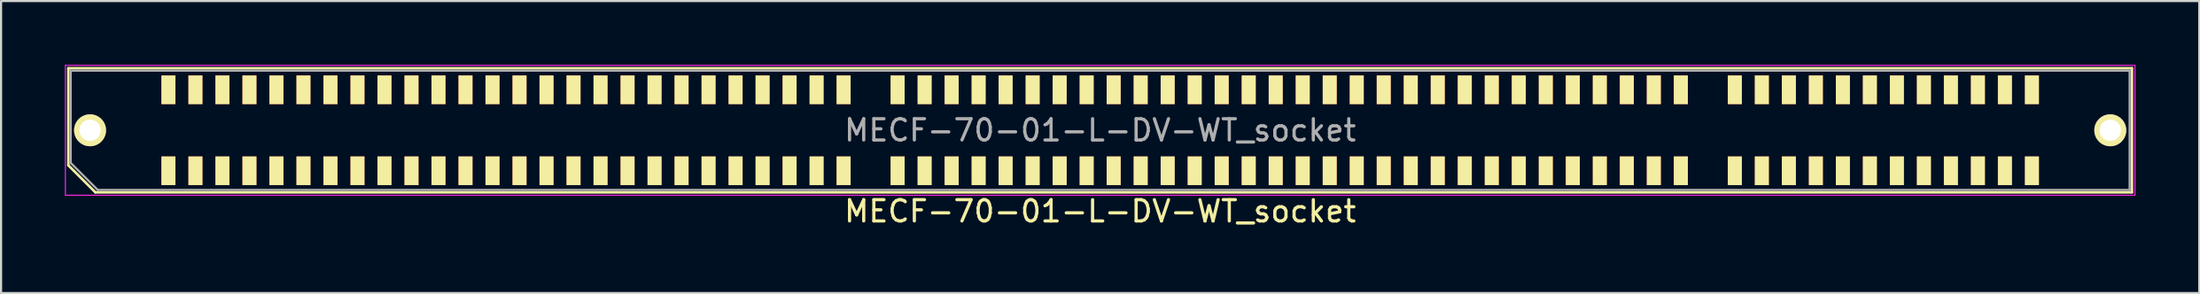
<source format=kicad_pcb>
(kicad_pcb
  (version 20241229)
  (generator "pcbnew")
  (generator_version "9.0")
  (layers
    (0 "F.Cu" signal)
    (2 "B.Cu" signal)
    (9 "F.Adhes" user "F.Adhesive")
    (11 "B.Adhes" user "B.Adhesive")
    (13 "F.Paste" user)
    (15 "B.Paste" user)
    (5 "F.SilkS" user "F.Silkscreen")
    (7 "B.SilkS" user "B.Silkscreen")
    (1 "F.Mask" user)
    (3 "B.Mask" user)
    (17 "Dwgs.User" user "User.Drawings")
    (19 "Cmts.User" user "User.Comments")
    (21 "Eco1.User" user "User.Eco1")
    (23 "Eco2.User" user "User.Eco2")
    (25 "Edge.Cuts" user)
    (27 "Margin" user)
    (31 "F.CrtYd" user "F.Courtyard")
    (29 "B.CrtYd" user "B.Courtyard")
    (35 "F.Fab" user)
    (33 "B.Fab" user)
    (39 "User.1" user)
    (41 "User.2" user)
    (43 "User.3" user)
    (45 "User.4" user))
  (footprint "MECF-70-01-L-DV-WT_socket"
    (layer "F.Cu")
    (at 48.685 3.08)
    (property "Reference" "MECF-70-01-L-DV-WT_socket" (at 0 3.81 0) (layer "F.SilkS") (effects (font (size 1 1) (thickness 0.15))))
    (attr smd)
    (fp_line (start -48.52 -2.92) (end 48.52 -2.92) (stroke (width 0.12) (type solid)) (layer "F.SilkS"))
    (fp_line (start -48.52 1.65) (end -48.52 -2.92) (stroke (width 0.12) (type solid)) (layer "F.SilkS"))
    (fp_line (start -47.25 2.92) (end -48.52 1.65) (stroke (width 0.12) (type solid)) (layer "F.SilkS"))
    (fp_line (start -47.25 2.92) (end 48.52 2.92) (stroke (width 0.12) (type solid)) (layer "F.SilkS"))
    (fp_line (start 48.52 2.92) (end 48.52 -2.92) (stroke (width 0.12) (type solid)) (layer "F.SilkS"))
    (fp_line (start -48.66 -3.055) (end -48.66 3.055) (stroke (width 0.05) (type solid)) (layer "F.CrtYd"))
    (fp_line (start -48.66 3.055) (end 48.66 3.055) (stroke (width 0.05) (type solid)) (layer "F.CrtYd"))
    (fp_line (start 48.66 -3.055) (end -48.66 -3.055) (stroke (width 0.05) (type solid)) (layer "F.CrtYd"))
    (fp_line (start 48.66 3.055) (end 48.66 -3.055) (stroke (width 0.05) (type solid)) (layer "F.CrtYd"))
    (fp_line (start -48.41 -2.805) (end 48.41 -2.805) (stroke (width 0.1) (type solid)) (layer "F.Fab"))
    (fp_line (start -48.41 1.535) (end -48.41 -2.805) (stroke (width 0.1) (type solid)) (layer "F.Fab"))
    (fp_line (start -48.41 1.535) (end -47.14 2.805) (stroke (width 0.1) (type solid)) (layer "F.Fab"))
    (fp_line (start -47.14 2.805) (end 48.41 2.805) (stroke (width 0.1) (type solid)) (layer "F.Fab"))
    (fp_line (start 48.41 2.805) (end 48.41 -2.805) (stroke (width 0.1) (type solid)) (layer "F.Fab"))
    (fp_text user "${REFERENCE}" (at 0 0 0) (layer "F.Fab") (effects (font (size 1 1) (thickness 0.15))))
    (pad "" np_thru_hole circle (at -45.595 0) (size 0.001 0.001) (drill 1.45) (layers "*.Cu" "*.Mask" "F.SilkS"))
    (pad "" np_thru_hole circle (at 45.595 1) (size 0.001 0.001) (drill 1.45) (layers "*.Cu" "*.Mask" "F.SilkS"))
    (pad "1" smd rect (at -43.815 1.905) (size 0.66 1.35) (layers "F.Cu" "F.Mask" "F.SilkS"))
    (pad "2" smd rect (at -43.815 -1.905) (size 0.66 1.35) (layers "F.Cu" "F.Mask" "F.SilkS"))
    (pad "3" smd rect (at -42.545 1.905) (size 0.66 1.35) (layers "F.Cu" "F.Mask" "F.SilkS"))
    (pad "4" smd rect (at -42.545 -1.905) (size 0.66 1.35) (layers "F.Cu" "F.Mask" "F.SilkS"))
    (pad "5" smd rect (at -41.275 1.905) (size 0.66 1.35) (layers "F.Cu" "F.Mask" "F.SilkS"))
    (pad "6" smd rect (at -41.275 -1.905) (size 0.66 1.35) (layers "F.Cu" "F.Mask" "F.SilkS"))
    (pad "7" smd rect (at -40.005 1.905) (size 0.66 1.35) (layers "F.Cu" "F.Mask" "F.SilkS"))
    (pad "8" smd rect (at -40.005 -1.905) (size 0.66 1.35) (layers "F.Cu" "F.Mask" "F.SilkS"))
    (pad "9" smd rect (at -38.735 1.905) (size 0.66 1.35) (layers "F.Cu" "F.Mask" "F.SilkS"))
    (pad "10" smd rect (at -38.735 -1.905) (size 0.66 1.35) (layers "F.Cu" "F.Mask" "F.SilkS"))
    (pad "11" smd rect (at -37.465 1.905) (size 0.66 1.35) (layers "F.Cu" "F.Mask" "F.SilkS"))
    (pad "12" smd rect (at -37.465 -1.905) (size 0.66 1.35) (layers "F.Cu" "F.Mask" "F.SilkS"))
    (pad "13" smd rect (at -36.195 1.905) (size 0.66 1.35) (layers "F.Cu" "F.Mask" "F.SilkS"))
    (pad "14" smd rect (at -36.195 -1.905) (size 0.66 1.35) (layers "F.Cu" "F.Mask" "F.SilkS"))
    (pad "15" smd rect (at -34.925 1.905) (size 0.66 1.35) (layers "F.Cu" "F.Mask" "F.SilkS"))
    (pad "16" smd rect (at -34.925 -1.905) (size 0.66 1.35) (layers "F.Cu" "F.Mask" "F.SilkS"))
    (pad "17" smd rect (at -33.655 1.905) (size 0.66 1.35) (layers "F.Cu" "F.Mask" "F.SilkS"))
    (pad "18" smd rect (at -33.655 -1.905) (size 0.66 1.35) (layers "F.Cu" "F.Mask" "F.SilkS"))
    (pad "19" smd rect (at -32.385 1.905) (size 0.66 1.35) (layers "F.Cu" "F.Mask" "F.SilkS"))
    (pad "20" smd rect (at -32.385 -1.905) (size 0.66 1.35) (layers "F.Cu" "F.Mask" "F.SilkS"))
    (pad "21" smd rect (at -31.115 1.905) (size 0.66 1.35) (layers "F.Cu" "F.Mask" "F.SilkS"))
    (pad "22" smd rect (at -31.115 -1.905) (size 0.66 1.35) (layers "F.Cu" "F.Mask" "F.SilkS"))
    (pad "23" smd rect (at -29.845 1.905) (size 0.66 1.35) (layers "F.Cu" "F.Mask" "F.SilkS"))
    (pad "24" smd rect (at -29.845 -1.905) (size 0.66 1.35) (layers "F.Cu" "F.Mask" "F.SilkS"))
    (pad "25" smd rect (at -28.575 1.905) (size 0.66 1.35) (layers "F.Cu" "F.Mask" "F.SilkS"))
    (pad "26" smd rect (at -28.575 -1.905) (size 0.66 1.35) (layers "F.Cu" "F.Mask" "F.SilkS"))
    (pad "27" smd rect (at -27.305 1.905) (size 0.66 1.35) (layers "F.Cu" "F.Mask" "F.SilkS"))
    (pad "28" smd rect (at -27.305 -1.905) (size 0.66 1.35) (layers "F.Cu" "F.Mask" "F.SilkS"))
    (pad "29" smd rect (at -26.035 1.905) (size 0.66 1.35) (layers "F.Cu" "F.Mask" "F.SilkS"))
    (pad "30" smd rect (at -26.035 -1.905) (size 0.66 1.35) (layers "F.Cu" "F.Mask" "F.SilkS"))
    (pad "31" smd rect (at -24.765 1.905) (size 0.66 1.35) (layers "F.Cu" "F.Mask" "F.SilkS"))
    (pad "32" smd rect (at -24.765 -1.905) (size 0.66 1.35) (layers "F.Cu" "F.Mask" "F.SilkS"))
    (pad "33" smd rect (at -23.495 1.905) (size 0.66 1.35) (layers "F.Cu" "F.Mask" "F.SilkS"))
    (pad "34" smd rect (at -23.495 -1.905) (size 0.66 1.35) (layers "F.Cu" "F.Mask" "F.SilkS"))
    (pad "35" smd rect (at -22.225 1.905) (size 0.66 1.35) (layers "F.Cu" "F.Mask" "F.SilkS"))
    (pad "36" smd rect (at -22.225 -1.905) (size 0.66 1.35) (layers "F.Cu" "F.Mask" "F.SilkS"))
    (pad "37" smd rect (at -20.955 1.905) (size 0.66 1.35) (layers "F.Cu" "F.Mask" "F.SilkS"))
    (pad "38" smd rect (at -20.955 -1.905) (size 0.66 1.35) (layers "F.Cu" "F.Mask" "F.SilkS"))
    (pad "39" smd rect (at -19.685 1.905) (size 0.66 1.35) (layers "F.Cu" "F.Mask" "F.SilkS"))
    (pad "40" smd rect (at -19.685 -1.905) (size 0.66 1.35) (layers "F.Cu" "F.Mask" "F.SilkS"))
    (pad "41" smd rect (at -18.415 1.905) (size 0.66 1.35) (layers "F.Cu" "F.Mask" "F.SilkS"))
    (pad "42" smd rect (at -18.415 -1.905) (size 0.66 1.35) (layers "F.Cu" "F.Mask" "F.SilkS"))
    (pad "43" smd rect (at -17.145 1.905) (size 0.66 1.35) (layers "F.Cu" "F.Mask" "F.SilkS"))
    (pad "44" smd rect (at -17.145 -1.905) (size 0.66 1.35) (layers "F.Cu" "F.Mask" "F.SilkS"))
    (pad "45" smd rect (at -15.875 1.905) (size 0.66 1.35) (layers "F.Cu" "F.Mask" "F.SilkS"))
    (pad "46" smd rect (at -15.875 -1.905) (size 0.66 1.35) (layers "F.Cu" "F.Mask" "F.SilkS"))
    (pad "47" smd rect (at -14.605 1.905) (size 0.66 1.35) (layers "F.Cu" "F.Mask" "F.SilkS"))
    (pad "48" smd rect (at -14.605 -1.905) (size 0.66 1.35) (layers "F.Cu" "F.Mask" "F.SilkS"))
    (pad "49" smd rect (at -13.335 1.905) (size 0.66 1.35) (layers "F.Cu" "F.Mask" "F.SilkS"))
    (pad "50" smd rect (at -13.335 -1.905) (size 0.66 1.35) (layers "F.Cu" "F.Mask" "F.SilkS"))
    (pad "51" smd rect (at -12.065 1.905) (size 0.66 1.35) (layers "F.Cu" "F.Mask" "F.SilkS"))
    (pad "52" smd rect (at -12.065 -1.905) (size 0.66 1.35) (layers "F.Cu" "F.Mask" "F.SilkS"))
    (pad "55" smd rect (at -9.525 1.905) (size 0.66 1.35) (layers "F.Cu" "F.Mask" "F.SilkS"))
    (pad "56" smd rect (at -9.525 -1.905) (size 0.66 1.35) (layers "F.Cu" "F.Mask" "F.SilkS"))
    (pad "57" smd rect (at -8.255 1.905) (size 0.66 1.35) (layers "F.Cu" "F.Mask" "F.SilkS"))
    (pad "58" smd rect (at -8.255 -1.905) (size 0.66 1.35) (layers "F.Cu" "F.Mask" "F.SilkS"))
    (pad "59" smd rect (at -6.985 1.905) (size 0.66 1.35) (layers "F.Cu" "F.Mask" "F.SilkS"))
    (pad "60" smd rect (at -6.985 -1.905) (size 0.66 1.35) (layers "F.Cu" "F.Mask" "F.SilkS"))
    (pad "61" smd rect (at -5.715 1.905) (size 0.66 1.35) (layers "F.Cu" "F.Mask" "F.SilkS"))
    (pad "62" smd rect (at -5.715 -1.905) (size 0.66 1.35) (layers "F.Cu" "F.Mask" "F.SilkS"))
    (pad "63" smd rect (at -4.445 1.905) (size 0.66 1.35) (layers "F.Cu" "F.Mask" "F.SilkS"))
    (pad "64" smd rect (at -4.445 -1.905) (size 0.66 1.35) (layers "F.Cu" "F.Mask" "F.SilkS"))
    (pad "65" smd rect (at -3.175 1.905) (size 0.66 1.35) (layers "F.Cu" "F.Mask" "F.SilkS"))
    (pad "66" smd rect (at -3.175 -1.905) (size 0.66 1.35) (layers "F.Cu" "F.Mask" "F.SilkS"))
    (pad "67" smd rect (at -1.905 1.905) (size 0.66 1.35) (layers "F.Cu" "F.Mask" "F.SilkS"))
    (pad "68" smd rect (at -1.905 -1.905) (size 0.66 1.35) (layers "F.Cu" "F.Mask" "F.SilkS"))
    (pad "69" smd rect (at -0.635 1.905) (size 0.66 1.35) (layers "F.Cu" "F.Mask" "F.SilkS"))
    (pad "70" smd rect (at -0.635 -1.905) (size 0.66 1.35) (layers "F.Cu" "F.Mask" "F.SilkS"))
    (pad "71" smd rect (at 0.635 1.905) (size 0.66 1.35) (layers "F.Cu" "F.Mask" "F.SilkS"))
    (pad "72" smd rect (at 0.635 -1.905) (size 0.66 1.35) (layers "F.Cu" "F.Mask" "F.SilkS"))
    (pad "73" smd rect (at 1.905 1.905) (size 0.66 1.35) (layers "F.Cu" "F.Mask" "F.SilkS"))
    (pad "74" smd rect (at 1.905 -1.905) (size 0.66 1.35) (layers "F.Cu" "F.Mask" "F.SilkS"))
    (pad "75" smd rect (at 3.175 1.905) (size 0.66 1.35) (layers "F.Cu" "F.Mask" "F.SilkS"))
    (pad "76" smd rect (at 3.175 -1.905) (size 0.66 1.35) (layers "F.Cu" "F.Mask" "F.SilkS"))
    (pad "77" smd rect (at 4.445 1.905) (size 0.66 1.35) (layers "F.Cu" "F.Mask" "F.SilkS"))
    (pad "78" smd rect (at 4.445 -1.905) (size 0.66 1.35) (layers "F.Cu" "F.Mask" "F.SilkS"))
    (pad "79" smd rect (at 5.715 1.905) (size 0.66 1.35) (layers "F.Cu" "F.Mask" "F.SilkS"))
    (pad "80" smd rect (at 5.715 -1.905) (size 0.66 1.35) (layers "F.Cu" "F.Mask" "F.SilkS"))
    (pad "81" smd rect (at 6.985 1.905) (size 0.66 1.35) (layers "F.Cu" "F.Mask" "F.SilkS"))
    (pad "82" smd rect (at 6.985 -1.905) (size 0.66 1.35) (layers "F.Cu" "F.Mask" "F.SilkS"))
    (pad "83" smd rect (at 8.255 1.905) (size 0.66 1.35) (layers "F.Cu" "F.Mask" "F.SilkS"))
    (pad "84" smd rect (at 8.255 -1.905) (size 0.66 1.35) (layers "F.Cu" "F.Mask" "F.SilkS"))
    (pad "85" smd rect (at 9.525 1.905) (size 0.66 1.35) (layers "F.Cu" "F.Mask" "F.SilkS"))
    (pad "86" smd rect (at 9.525 -1.905) (size 0.66 1.35) (layers "F.Cu" "F.Mask" "F.SilkS"))
    (pad "87" smd rect (at 10.795 1.905) (size 0.66 1.35) (layers "F.Cu" "F.Mask" "F.SilkS"))
    (pad "88" smd rect (at 10.795 -1.905) (size 0.66 1.35) (layers "F.Cu" "F.Mask" "F.SilkS"))
    (pad "89" smd rect (at 12.065 1.905) (size 0.66 1.35) (layers "F.Cu" "F.Mask" "F.SilkS"))
    (pad "90" smd rect (at 12.065 -1.905) (size 0.66 1.35) (layers "F.Cu" "F.Mask" "F.SilkS"))
    (pad "91" smd rect (at 13.335 1.905) (size 0.66 1.35) (layers "F.Cu" "F.Mask" "F.SilkS"))
    (pad "92" smd rect (at 13.335 -1.905) (size 0.66 1.35) (layers "F.Cu" "F.Mask" "F.SilkS"))
    (pad "93" smd rect (at 14.605 1.905) (size 0.66 1.35) (layers "F.Cu" "F.Mask" "F.SilkS"))
    (pad "94" smd rect (at 14.605 -1.905) (size 0.66 1.35) (layers "F.Cu" "F.Mask" "F.SilkS"))
    (pad "95" smd rect (at 15.875 1.905) (size 0.66 1.35) (layers "F.Cu" "F.Mask" "F.SilkS"))
    (pad "96" smd rect (at 15.875 -1.905) (size 0.66 1.35) (layers "F.Cu" "F.Mask" "F.SilkS"))
    (pad "97" smd rect (at 17.145 1.905) (size 0.66 1.35) (layers "F.Cu" "F.Mask" "F.SilkS"))
    (pad "98" smd rect (at 17.145 -1.905) (size 0.66 1.35) (layers "F.Cu" "F.Mask" "F.SilkS"))
    (pad "99" smd rect (at 18.415 1.905) (size 0.66 1.35) (layers "F.Cu" "F.Mask" "F.SilkS"))
    (pad "100" smd rect (at 18.415 -1.905) (size 0.66 1.35) (layers "F.Cu" "F.Mask" "F.SilkS"))
    (pad "101" smd rect (at 19.685 1.905) (size 0.66 1.35) (layers "F.Cu" "F.Mask" "F.SilkS"))
    (pad "102" smd rect (at 19.685 -1.905) (size 0.66 1.35) (layers "F.Cu" "F.Mask" "F.SilkS"))
    (pad "103" smd rect (at 20.955 1.905) (size 0.66 1.35) (layers "F.Cu" "F.Mask" "F.SilkS"))
    (pad "104" smd rect (at 20.955 -1.905) (size 0.66 1.35) (layers "F.Cu" "F.Mask" "F.SilkS"))
    (pad "105" smd rect (at 22.225 1.905) (size 0.66 1.35) (layers "F.Cu" "F.Mask" "F.SilkS"))
    (pad "106" smd rect (at 22.225 -1.905) (size 0.66 1.35) (layers "F.Cu" "F.Mask" "F.SilkS"))
    (pad "107" smd rect (at 23.495 1.905) (size 0.66 1.35) (layers "F.Cu" "F.Mask" "F.SilkS"))
    (pad "108" smd rect (at 23.495 -1.905) (size 0.66 1.35) (layers "F.Cu" "F.Mask" "F.SilkS"))
    (pad "109" smd rect (at 24.765 1.905) (size 0.66 1.35) (layers "F.Cu" "F.Mask" "F.SilkS"))
    (pad "110" smd rect (at 24.765 -1.905) (size 0.66 1.35) (layers "F.Cu" "F.Mask" "F.SilkS"))
    (pad "111" smd rect (at 26.035 1.905) (size 0.66 1.35) (layers "F.Cu" "F.Mask" "F.SilkS"))
    (pad "112" smd rect (at 26.035 -1.905) (size 0.66 1.35) (layers "F.Cu" "F.Mask" "F.SilkS"))
    (pad "113" smd rect (at 27.305 1.905) (size 0.66 1.35) (layers "F.Cu" "F.Mask" "F.SilkS"))
    (pad "114" smd rect (at 27.305 -1.905) (size 0.66 1.35) (layers "F.Cu" "F.Mask" "F.SilkS"))
    (pad "117" smd rect (at 29.845 1.905) (size 0.66 1.35) (layers "F.Cu" "F.Mask" "F.SilkS"))
    (pad "118" smd rect (at 29.845 -1.905) (size 0.66 1.35) (layers "F.Cu" "F.Mask" "F.SilkS"))
    (pad "119" smd rect (at 31.115 1.905) (size 0.66 1.35) (layers "F.Cu" "F.Mask" "F.SilkS"))
    (pad "120" smd rect (at 31.115 -1.905) (size 0.66 1.35) (layers "F.Cu" "F.Mask" "F.SilkS"))
    (pad "121" smd rect (at 32.385 1.905) (size 0.66 1.35) (layers "F.Cu" "F.Mask" "F.SilkS"))
    (pad "122" smd rect (at 32.385 -1.905) (size 0.66 1.35) (layers "F.Cu" "F.Mask" "F.SilkS"))
    (pad "123" smd rect (at 33.655 1.905) (size 0.66 1.35) (layers "F.Cu" "F.Mask" "F.SilkS"))
    (pad "124" smd rect (at 33.655 -1.905) (size 0.66 1.35) (layers "F.Cu" "F.Mask" "F.SilkS"))
    (pad "125" smd rect (at 34.925 1.905) (size 0.66 1.35) (layers "F.Cu" "F.Mask" "F.SilkS"))
    (pad "126" smd rect (at 34.925 -1.905) (size 0.66 1.35) (layers "F.Cu" "F.Mask" "F.SilkS"))
    (pad "127" smd rect (at 36.195 1.905) (size 0.66 1.35) (layers "F.Cu" "F.Mask" "F.SilkS"))
    (pad "128" smd rect (at 36.195 -1.905) (size 0.66 1.35) (layers "F.Cu" "F.Mask" "F.SilkS"))
    (pad "129" smd rect (at 37.465 1.905) (size 0.66 1.35) (layers "F.Cu" "F.Mask" "F.SilkS"))
    (pad "130" smd rect (at 37.465 -1.905) (size 0.66 1.35) (layers "F.Cu" "F.Mask" "F.SilkS"))
    (pad "131" smd rect (at 38.735 1.905) (size 0.66 1.35) (layers "F.Cu" "F.Mask" "F.SilkS"))
    (pad "132" smd rect (at 38.735 -1.905) (size 0.66 1.35) (layers "F.Cu" "F.Mask" "F.SilkS"))
    (pad "133" smd rect (at 40.005 1.905) (size 0.66 1.35) (layers "F.Cu" "F.Mask" "F.SilkS"))
    (pad "134" smd rect (at 40.005 -1.905) (size 0.66 1.35) (layers "F.Cu" "F.Mask" "F.SilkS"))
    (pad "135" smd rect (at 41.275 1.905) (size 0.66 1.35) (layers "F.Cu" "F.Mask" "F.SilkS"))
    (pad "136" smd rect (at 41.275 -1.905) (size 0.66 1.35) (layers "F.Cu" "F.Mask" "F.SilkS"))
    (pad "137" smd rect (at 42.545 1.905) (size 0.66 1.35) (layers "F.Cu" "F.Mask" "F.SilkS"))
    (pad "138" smd rect (at 42.545 -1.905) (size 0.66 1.35) (layers "F.Cu" "F.Mask" "F.SilkS"))
    (pad "139" smd rect (at 43.815 1.905) (size 0.66 1.35) (layers "F.Cu" "F.Mask" "F.SilkS"))
    (pad "140" smd rect (at 43.815 -1.905) (size 0.66 1.35) (layers "F.Cu" "F.Mask" "F.SilkS"))
    (pad "None" thru_hole circle (at -47.5 0) (size 1.5 1.5) (drill 1) (layers "*.Cu" "*.Mask" "F.SilkS"))
    (pad "None" thru_hole circle (at 47.5 0) (size 1.5 1.5) (drill 1) (layers "*.Cu" "*.Mask" "F.SilkS")))
  (gr_rect
    (start -3 -3)
    (end 100.37 10.738)
    (stroke (width 0.1) (type default))
    (fill no)
    (layer "Edge.Cuts")))
</source>
